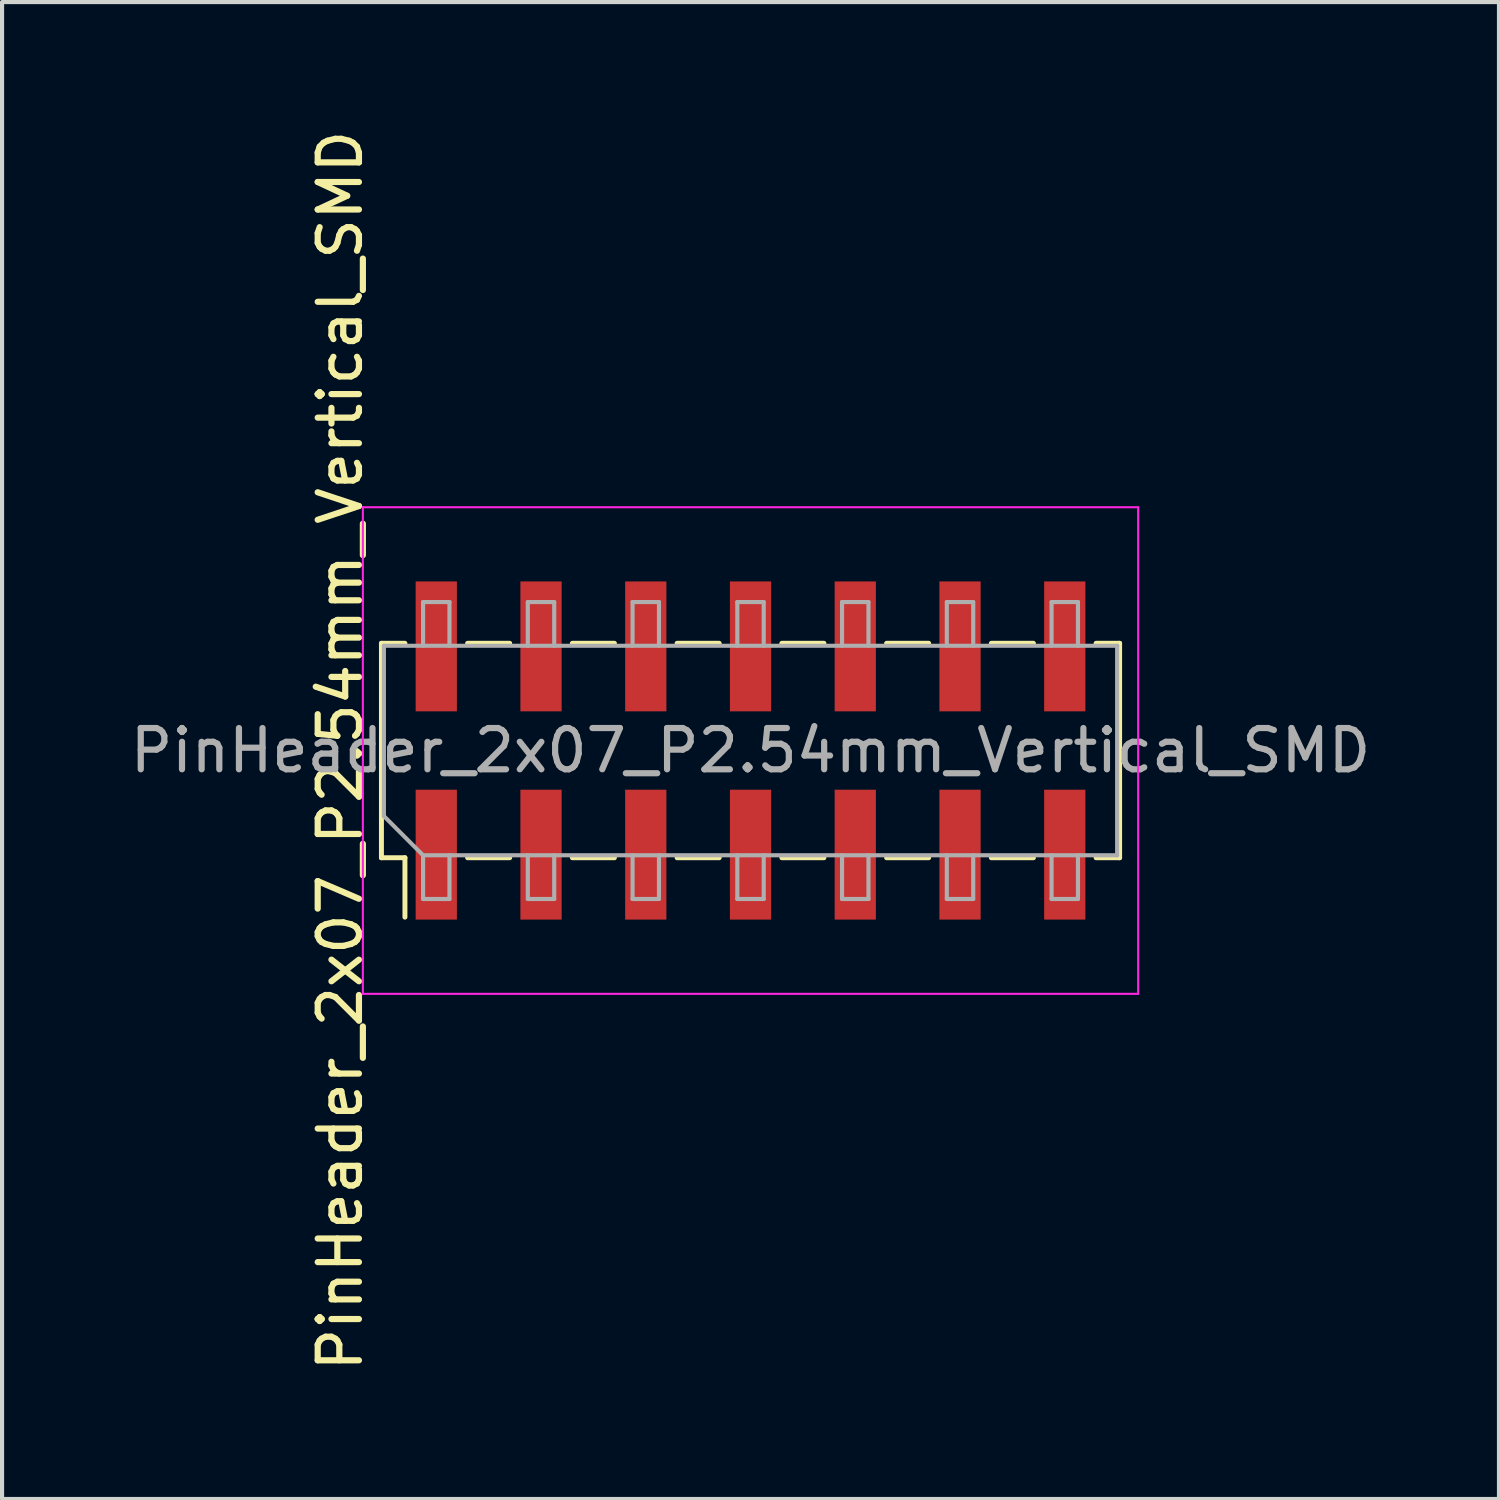
<source format=kicad_pcb>
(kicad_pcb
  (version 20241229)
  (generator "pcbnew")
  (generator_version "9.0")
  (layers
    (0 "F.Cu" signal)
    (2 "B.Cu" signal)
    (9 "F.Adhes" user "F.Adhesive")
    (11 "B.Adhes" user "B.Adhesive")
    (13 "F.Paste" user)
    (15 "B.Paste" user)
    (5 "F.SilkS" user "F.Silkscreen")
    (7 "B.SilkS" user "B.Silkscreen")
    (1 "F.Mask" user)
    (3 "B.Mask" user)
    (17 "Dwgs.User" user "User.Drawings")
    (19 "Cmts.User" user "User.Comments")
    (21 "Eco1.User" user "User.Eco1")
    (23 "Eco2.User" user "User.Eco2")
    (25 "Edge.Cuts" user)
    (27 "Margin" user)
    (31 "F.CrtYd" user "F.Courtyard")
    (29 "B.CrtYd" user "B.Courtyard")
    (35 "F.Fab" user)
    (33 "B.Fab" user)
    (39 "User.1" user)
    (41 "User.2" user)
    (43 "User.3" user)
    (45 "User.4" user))
  (footprint "PinHeader_2x07_P2.54mm_Vertical_SMD"
    (layer "F.Cu")
    (at 15.149 15.149)
    (property "Reference" "PinHeader_2x07_P2.54mm_Vertical_SMD" (at -9.95 0 90) (layer "F.SilkS") (effects (font (size 1 1) (thickness 0.15))))
    (attr smd)
    (fp_line (start -8.95 -2.6) (end -8.38 -2.6) (stroke (width 0.12) (type solid)) (layer "F.SilkS"))
    (fp_line (start -8.95 2.6) (end -8.95 -2.6) (stroke (width 0.12) (type solid)) (layer "F.SilkS"))
    (fp_line (start -8.95 2.6) (end -8.38 2.6) (stroke (width 0.12) (type solid)) (layer "F.SilkS"))
    (fp_line (start -8.38 4.04) (end -8.38 2.6) (stroke (width 0.12) (type solid)) (layer "F.SilkS"))
    (fp_line (start -6.86 -2.6) (end -5.84 -2.6) (stroke (width 0.12) (type solid)) (layer "F.SilkS"))
    (fp_line (start -6.86 2.6) (end -5.84 2.6) (stroke (width 0.12) (type solid)) (layer "F.SilkS"))
    (fp_line (start -4.32 -2.6) (end -3.3 -2.6) (stroke (width 0.12) (type solid)) (layer "F.SilkS"))
    (fp_line (start -4.32 2.6) (end -3.3 2.6) (stroke (width 0.12) (type solid)) (layer "F.SilkS"))
    (fp_line (start -1.78 -2.6) (end -0.76 -2.6) (stroke (width 0.12) (type solid)) (layer "F.SilkS"))
    (fp_line (start -1.78 2.6) (end -0.76 2.6) (stroke (width 0.12) (type solid)) (layer "F.SilkS"))
    (fp_line (start 0.76 -2.6) (end 1.78 -2.6) (stroke (width 0.12) (type solid)) (layer "F.SilkS"))
    (fp_line (start 0.76 2.6) (end 1.78 2.6) (stroke (width 0.12) (type solid)) (layer "F.SilkS"))
    (fp_line (start 3.3 -2.6) (end 4.32 -2.6) (stroke (width 0.12) (type solid)) (layer "F.SilkS"))
    (fp_line (start 3.3 2.6) (end 4.32 2.6) (stroke (width 0.12) (type solid)) (layer "F.SilkS"))
    (fp_line (start 5.84 -2.6) (end 6.86 -2.6) (stroke (width 0.12) (type solid)) (layer "F.SilkS"))
    (fp_line (start 5.84 2.6) (end 6.86 2.6) (stroke (width 0.12) (type solid)) (layer "F.SilkS"))
    (fp_line (start 8.38 -2.6) (end 8.95 -2.6) (stroke (width 0.12) (type solid)) (layer "F.SilkS"))
    (fp_line (start 8.38 2.6) (end 8.95 2.6) (stroke (width 0.12) (type solid)) (layer "F.SilkS"))
    (fp_line (start 8.95 2.6) (end 8.95 -2.6) (stroke (width 0.12) (type solid)) (layer "F.SilkS"))
    (fp_line (start -9.4 -5.9) (end -9.4 5.9) (stroke (width 0.05) (type solid)) (layer "F.CrtYd"))
    (fp_line (start -9.4 5.9) (end 9.4 5.9) (stroke (width 0.05) (type solid)) (layer "F.CrtYd"))
    (fp_line (start 9.4 -5.9) (end -9.4 -5.9) (stroke (width 0.05) (type solid)) (layer "F.CrtYd"))
    (fp_line (start 9.4 5.9) (end 9.4 -5.9) (stroke (width 0.05) (type solid)) (layer "F.CrtYd"))
    (fp_line (start -8.89 -2.54) (end 8.89 -2.54) (stroke (width 0.1) (type solid)) (layer "F.Fab"))
    (fp_line (start -8.89 1.59) (end -8.89 -2.54) (stroke (width 0.1) (type solid)) (layer "F.Fab"))
    (fp_line (start -7.94 -3.6) (end -7.3 -3.6) (stroke (width 0.1) (type solid)) (layer "F.Fab"))
    (fp_line (start -7.94 -2.54) (end -7.94 -3.6) (stroke (width 0.1) (type solid)) (layer "F.Fab"))
    (fp_line (start -7.94 2.54) (end -8.89 1.59) (stroke (width 0.1) (type solid)) (layer "F.Fab"))
    (fp_line (start -7.94 2.54) (end -7.94 3.6) (stroke (width 0.1) (type solid)) (layer "F.Fab"))
    (fp_line (start -7.94 3.6) (end -7.3 3.6) (stroke (width 0.1) (type solid)) (layer "F.Fab"))
    (fp_line (start -7.3 -3.6) (end -7.3 -2.54) (stroke (width 0.1) (type solid)) (layer "F.Fab"))
    (fp_line (start -7.3 3.6) (end -7.3 2.54) (stroke (width 0.1) (type solid)) (layer "F.Fab"))
    (fp_line (start -5.4 -3.6) (end -4.76 -3.6) (stroke (width 0.1) (type solid)) (layer "F.Fab"))
    (fp_line (start -5.4 -2.54) (end -5.4 -3.6) (stroke (width 0.1) (type solid)) (layer "F.Fab"))
    (fp_line (start -5.4 2.54) (end -5.4 3.6) (stroke (width 0.1) (type solid)) (layer "F.Fab"))
    (fp_line (start -5.4 3.6) (end -4.76 3.6) (stroke (width 0.1) (type solid)) (layer "F.Fab"))
    (fp_line (start -4.76 -3.6) (end -4.76 -2.54) (stroke (width 0.1) (type solid)) (layer "F.Fab"))
    (fp_line (start -4.76 3.6) (end -4.76 2.54) (stroke (width 0.1) (type solid)) (layer "F.Fab"))
    (fp_line (start -2.86 -3.6) (end -2.22 -3.6) (stroke (width 0.1) (type solid)) (layer "F.Fab"))
    (fp_line (start -2.86 -2.54) (end -2.86 -3.6) (stroke (width 0.1) (type solid)) (layer "F.Fab"))
    (fp_line (start -2.86 2.54) (end -2.86 3.6) (stroke (width 0.1) (type solid)) (layer "F.Fab"))
    (fp_line (start -2.86 3.6) (end -2.22 3.6) (stroke (width 0.1) (type solid)) (layer "F.Fab"))
    (fp_line (start -2.22 -3.6) (end -2.22 -2.54) (stroke (width 0.1) (type solid)) (layer "F.Fab"))
    (fp_line (start -2.22 3.6) (end -2.22 2.54) (stroke (width 0.1) (type solid)) (layer "F.Fab"))
    (fp_line (start -0.32 -3.6) (end 0.32 -3.6) (stroke (width 0.1) (type solid)) (layer "F.Fab"))
    (fp_line (start -0.32 -2.54) (end -0.32 -3.6) (stroke (width 0.1) (type solid)) (layer "F.Fab"))
    (fp_line (start -0.32 2.54) (end -0.32 3.6) (stroke (width 0.1) (type solid)) (layer "F.Fab"))
    (fp_line (start -0.32 3.6) (end 0.32 3.6) (stroke (width 0.1) (type solid)) (layer "F.Fab"))
    (fp_line (start 0.32 -3.6) (end 0.32 -2.54) (stroke (width 0.1) (type solid)) (layer "F.Fab"))
    (fp_line (start 0.32 3.6) (end 0.32 2.54) (stroke (width 0.1) (type solid)) (layer "F.Fab"))
    (fp_line (start 2.22 -3.6) (end 2.86 -3.6) (stroke (width 0.1) (type solid)) (layer "F.Fab"))
    (fp_line (start 2.22 -2.54) (end 2.22 -3.6) (stroke (width 0.1) (type solid)) (layer "F.Fab"))
    (fp_line (start 2.22 2.54) (end 2.22 3.6) (stroke (width 0.1) (type solid)) (layer "F.Fab"))
    (fp_line (start 2.22 3.6) (end 2.86 3.6) (stroke (width 0.1) (type solid)) (layer "F.Fab"))
    (fp_line (start 2.86 -3.6) (end 2.86 -2.54) (stroke (width 0.1) (type solid)) (layer "F.Fab"))
    (fp_line (start 2.86 3.6) (end 2.86 2.54) (stroke (width 0.1) (type solid)) (layer "F.Fab"))
    (fp_line (start 4.76 -3.6) (end 5.4 -3.6) (stroke (width 0.1) (type solid)) (layer "F.Fab"))
    (fp_line (start 4.76 -2.54) (end 4.76 -3.6) (stroke (width 0.1) (type solid)) (layer "F.Fab"))
    (fp_line (start 4.76 2.54) (end 4.76 3.6) (stroke (width 0.1) (type solid)) (layer "F.Fab"))
    (fp_line (start 4.76 3.6) (end 5.4 3.6) (stroke (width 0.1) (type solid)) (layer "F.Fab"))
    (fp_line (start 5.4 -3.6) (end 5.4 -2.54) (stroke (width 0.1) (type solid)) (layer "F.Fab"))
    (fp_line (start 5.4 3.6) (end 5.4 2.54) (stroke (width 0.1) (type solid)) (layer "F.Fab"))
    (fp_line (start 7.3 -3.6) (end 7.94 -3.6) (stroke (width 0.1) (type solid)) (layer "F.Fab"))
    (fp_line (start 7.3 -2.54) (end 7.3 -3.6) (stroke (width 0.1) (type solid)) (layer "F.Fab"))
    (fp_line (start 7.3 2.54) (end 7.3 3.6) (stroke (width 0.1) (type solid)) (layer "F.Fab"))
    (fp_line (start 7.3 3.6) (end 7.94 3.6) (stroke (width 0.1) (type solid)) (layer "F.Fab"))
    (fp_line (start 7.94 -3.6) (end 7.94 -2.54) (stroke (width 0.1) (type solid)) (layer "F.Fab"))
    (fp_line (start 7.94 3.6) (end 7.94 2.54) (stroke (width 0.1) (type solid)) (layer "F.Fab"))
    (fp_line (start 8.89 -2.54) (end 8.89 2.54) (stroke (width 0.1) (type solid)) (layer "F.Fab"))
    (fp_line (start 8.89 2.54) (end -7.94 2.54) (stroke (width 0.1) (type solid)) (layer "F.Fab"))
    (fp_text user "${REFERENCE}" (at 0 0 180) (layer "F.Fab") (effects (font (size 1 1) (thickness 0.15))))
    (pad "1" smd rect (at -7.62 -2.525 270) (size 3.15 1) (layers "F.Cu" "F.Mask" "F.Paste"))
    (pad "2" smd rect (at -7.62 2.525 270) (size 3.15 1) (layers "F.Cu" "F.Mask" "F.Paste"))
    (pad "3" smd rect (at -5.08 -2.525 270) (size 3.15 1) (layers "F.Cu" "F.Mask" "F.Paste"))
    (pad "4" smd rect (at -5.08 2.525 270) (size 3.15 1) (layers "F.Cu" "F.Mask" "F.Paste"))
    (pad "5" smd rect (at -2.54 -2.525 270) (size 3.15 1) (layers "F.Cu" "F.Mask" "F.Paste"))
    (pad "6" smd rect (at -2.54 2.525 270) (size 3.15 1) (layers "F.Cu" "F.Mask" "F.Paste"))
    (pad "7" smd rect (at 0 -2.525 270) (size 3.15 1) (layers "F.Cu" "F.Mask" "F.Paste"))
    (pad "8" smd rect (at 0 2.525 270) (size 3.15 1) (layers "F.Cu" "F.Mask" "F.Paste"))
    (pad "9" smd rect (at 2.54 -2.525 270) (size 3.15 1) (layers "F.Cu" "F.Mask" "F.Paste"))
    (pad "10" smd rect (at 2.54 2.525 270) (size 3.15 1) (layers "F.Cu" "F.Mask" "F.Paste"))
    (pad "11" smd rect (at 5.08 -2.525 270) (size 3.15 1) (layers "F.Cu" "F.Mask" "F.Paste"))
    (pad "12" smd rect (at 5.08 2.525 270) (size 3.15 1) (layers "F.Cu" "F.Mask" "F.Paste"))
    (pad "13" smd rect (at 7.62 -2.525 270) (size 3.15 1) (layers "F.Cu" "F.Mask" "F.Paste"))
    (pad "14" smd rect (at 7.62 2.525 270) (size 3.15 1) (layers "F.Cu" "F.Mask" "F.Paste")))
  (gr_rect
    (start -3 -3)
    (end 33.298 33.298)
    (stroke (width 0.1) (type default))
    (fill no)
    (layer "Edge.Cuts")))
</source>
